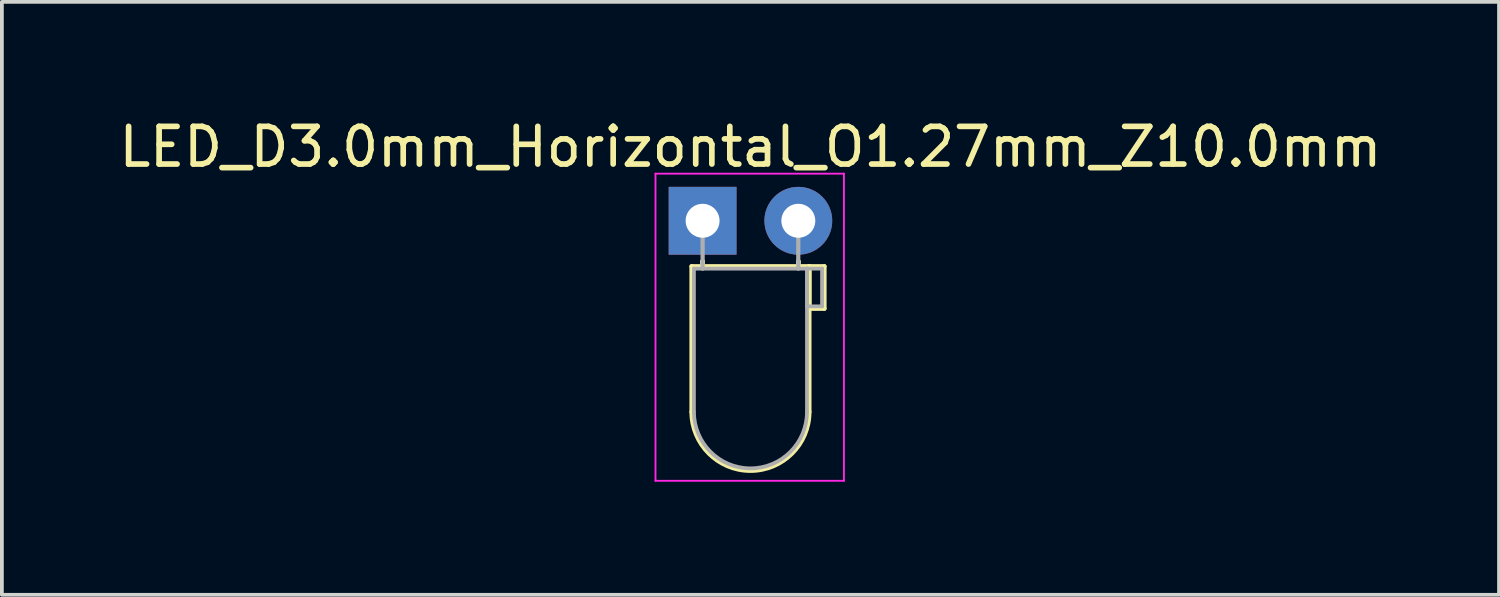
<source format=kicad_pcb>
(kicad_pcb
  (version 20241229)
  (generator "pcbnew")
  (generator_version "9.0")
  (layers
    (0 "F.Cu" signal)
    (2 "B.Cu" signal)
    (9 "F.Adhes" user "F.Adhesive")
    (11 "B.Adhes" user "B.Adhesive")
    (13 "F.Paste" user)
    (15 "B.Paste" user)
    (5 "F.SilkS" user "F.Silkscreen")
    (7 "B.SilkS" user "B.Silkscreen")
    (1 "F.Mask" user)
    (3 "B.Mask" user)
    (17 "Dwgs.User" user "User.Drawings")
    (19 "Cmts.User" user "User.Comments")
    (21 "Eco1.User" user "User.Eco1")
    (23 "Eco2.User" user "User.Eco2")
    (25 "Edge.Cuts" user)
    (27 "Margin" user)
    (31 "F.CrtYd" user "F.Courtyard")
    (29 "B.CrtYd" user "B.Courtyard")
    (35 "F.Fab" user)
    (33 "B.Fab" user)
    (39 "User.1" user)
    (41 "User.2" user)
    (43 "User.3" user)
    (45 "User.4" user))
  (footprint "LED_D3.0mm_Horizontal_O1.27mm_Z10.0mm"
    (layer "F.Cu")
    (at 15.593 2.808)
    (property "Reference" "LED_D3.0mm_Horizontal_O1.27mm_Z10.0mm" (at 1.27 -1.96 0) (layer "F.SilkS") (effects (font (size 1 1) (thickness 0.15))))
    (attr through_hole)
    (fp_line (start -0.29 1.21) (end -0.29 5.07) (stroke (width 0.12) (type solid)) (layer "F.SilkS"))
    (fp_line (start -0.29 1.21) (end 2.83 1.21) (stroke (width 0.12) (type solid)) (layer "F.SilkS"))
    (fp_line (start 0 1.08) (end 0 1.08) (stroke (width 0.12) (type solid)) (layer "F.SilkS"))
    (fp_line (start 0 1.08) (end 0 1.21) (stroke (width 0.12) (type solid)) (layer "F.SilkS"))
    (fp_line (start 0 1.21) (end 0 1.08) (stroke (width 0.12) (type solid)) (layer "F.SilkS"))
    (fp_line (start 0 1.21) (end 0 1.21) (stroke (width 0.12) (type solid)) (layer "F.SilkS"))
    (fp_line (start 2.54 1.08) (end 2.54 1.08) (stroke (width 0.12) (type solid)) (layer "F.SilkS"))
    (fp_line (start 2.54 1.08) (end 2.54 1.21) (stroke (width 0.12) (type solid)) (layer "F.SilkS"))
    (fp_line (start 2.54 1.21) (end 2.54 1.08) (stroke (width 0.12) (type solid)) (layer "F.SilkS"))
    (fp_line (start 2.54 1.21) (end 2.54 1.21) (stroke (width 0.12) (type solid)) (layer "F.SilkS"))
    (fp_line (start 2.83 1.21) (end 2.83 5.07) (stroke (width 0.12) (type solid)) (layer "F.SilkS"))
    (fp_line (start 2.83 1.21) (end 3.23 1.21) (stroke (width 0.12) (type solid)) (layer "F.SilkS"))
    (fp_line (start 2.83 2.33) (end 2.83 1.21) (stroke (width 0.12) (type solid)) (layer "F.SilkS"))
    (fp_line (start 3.23 1.21) (end 3.23 2.33) (stroke (width 0.12) (type solid)) (layer "F.SilkS"))
    (fp_line (start 3.23 2.33) (end 2.83 2.33) (stroke (width 0.12) (type solid)) (layer "F.SilkS"))
    (fp_arc (start 2.83 5.07) (mid 1.27 6.63) (end -0.29 5.07) (stroke (width 0.12) (type solid)) (layer "F.SilkS"))
    (fp_line (start -1.25 -1.25) (end -1.25 6.9) (stroke (width 0.05) (type solid)) (layer "F.CrtYd"))
    (fp_line (start -1.25 6.9) (end 3.75 6.9) (stroke (width 0.05) (type solid)) (layer "F.CrtYd"))
    (fp_line (start 3.75 -1.25) (end -1.25 -1.25) (stroke (width 0.05) (type solid)) (layer "F.CrtYd"))
    (fp_line (start 3.75 6.9) (end 3.75 -1.25) (stroke (width 0.05) (type solid)) (layer "F.CrtYd"))
    (fp_line (start -0.23 1.27) (end -0.23 5.07) (stroke (width 0.1) (type solid)) (layer "F.Fab"))
    (fp_line (start -0.23 1.27) (end 2.77 1.27) (stroke (width 0.1) (type solid)) (layer "F.Fab"))
    (fp_line (start 0 0) (end 0 0) (stroke (width 0.1) (type solid)) (layer "F.Fab"))
    (fp_line (start 0 0) (end 0 1.27) (stroke (width 0.1) (type solid)) (layer "F.Fab"))
    (fp_line (start 0 1.27) (end 0 0) (stroke (width 0.1) (type solid)) (layer "F.Fab"))
    (fp_line (start 0 1.27) (end 0 1.27) (stroke (width 0.1) (type solid)) (layer "F.Fab"))
    (fp_line (start 2.54 0) (end 2.54 0) (stroke (width 0.1) (type solid)) (layer "F.Fab"))
    (fp_line (start 2.54 0) (end 2.54 1.27) (stroke (width 0.1) (type solid)) (layer "F.Fab"))
    (fp_line (start 2.54 1.27) (end 2.54 0) (stroke (width 0.1) (type solid)) (layer "F.Fab"))
    (fp_line (start 2.54 1.27) (end 2.54 1.27) (stroke (width 0.1) (type solid)) (layer "F.Fab"))
    (fp_line (start 2.77 1.27) (end 2.77 5.07) (stroke (width 0.1) (type solid)) (layer "F.Fab"))
    (fp_line (start 2.77 1.27) (end 3.17 1.27) (stroke (width 0.1) (type solid)) (layer "F.Fab"))
    (fp_line (start 2.77 2.27) (end 2.77 1.27) (stroke (width 0.1) (type solid)) (layer "F.Fab"))
    (fp_line (start 3.17 1.27) (end 3.17 2.27) (stroke (width 0.1) (type solid)) (layer "F.Fab"))
    (fp_line (start 3.17 2.27) (end 2.77 2.27) (stroke (width 0.1) (type solid)) (layer "F.Fab"))
    (fp_arc (start 2.77 5.07) (mid 1.27 6.57) (end -0.23 5.07) (stroke (width 0.1) (type solid)) (layer "F.Fab"))
    (pad "1" thru_hole rect (at 0 0) (size 1.8 1.8) (drill 0.9) (layers "*.Cu" "*.Mask"))
    (pad "2" thru_hole circle (at 2.54 0) (size 1.8 1.8) (drill 0.9) (layers "*.Cu" "*.Mask")))
  (gr_rect
    (start -3 -3)
    (end 36.726 12.733)
    (stroke (width 0.1) (type default))
    (fill no)
    (layer "Edge.Cuts")))
</source>
